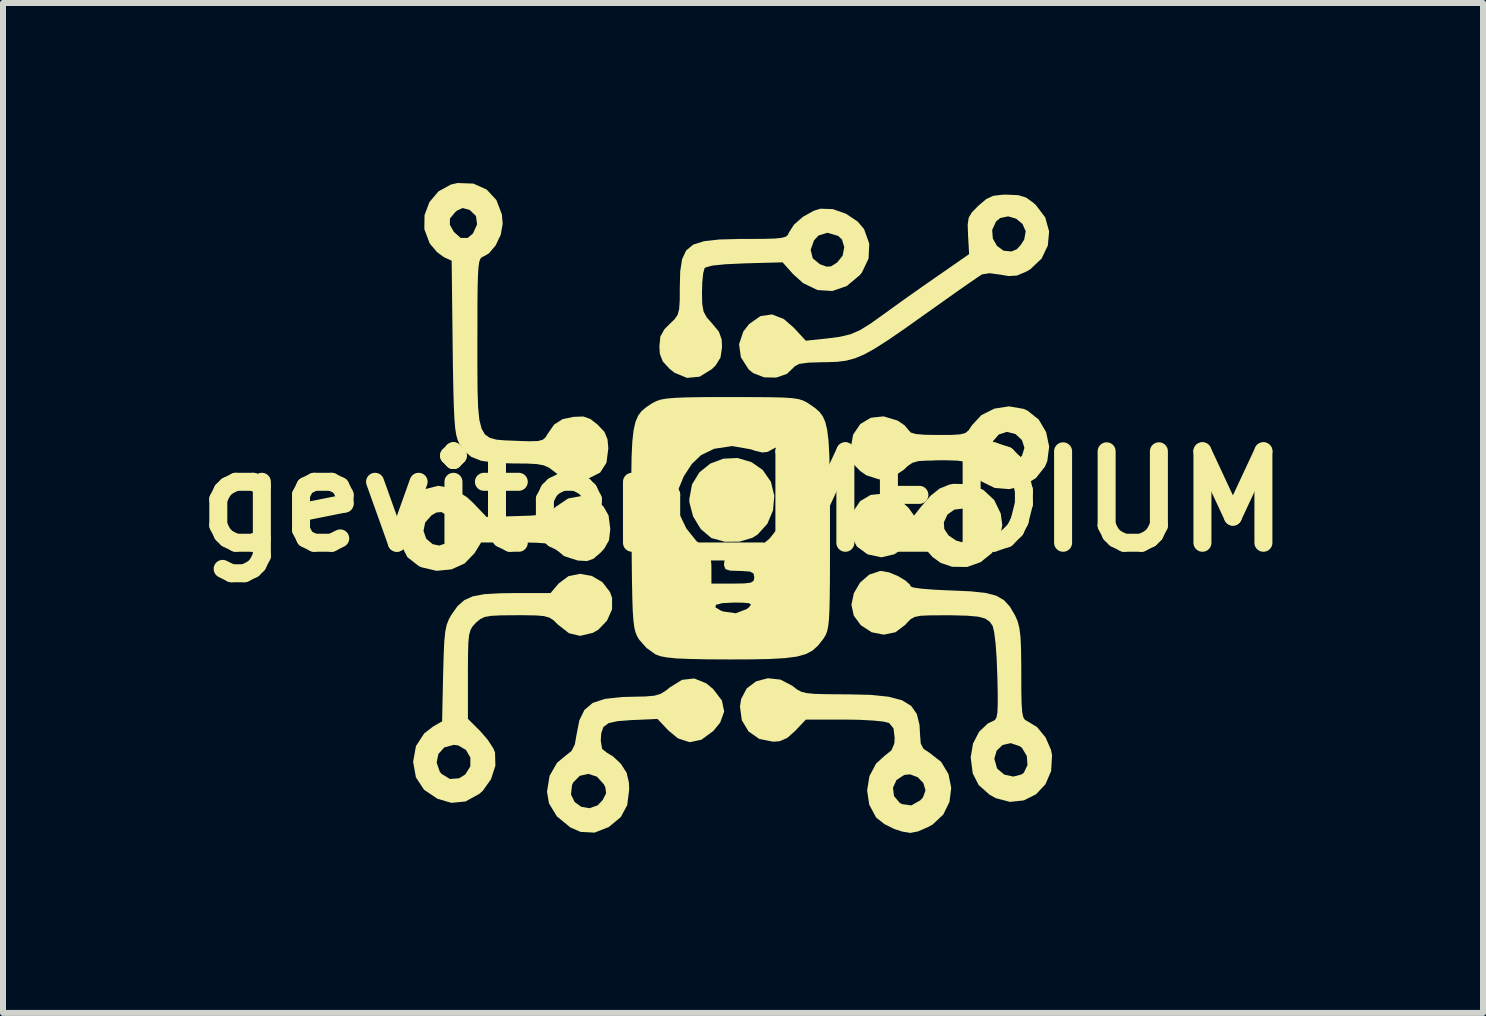
<source format=kicad_pcb>
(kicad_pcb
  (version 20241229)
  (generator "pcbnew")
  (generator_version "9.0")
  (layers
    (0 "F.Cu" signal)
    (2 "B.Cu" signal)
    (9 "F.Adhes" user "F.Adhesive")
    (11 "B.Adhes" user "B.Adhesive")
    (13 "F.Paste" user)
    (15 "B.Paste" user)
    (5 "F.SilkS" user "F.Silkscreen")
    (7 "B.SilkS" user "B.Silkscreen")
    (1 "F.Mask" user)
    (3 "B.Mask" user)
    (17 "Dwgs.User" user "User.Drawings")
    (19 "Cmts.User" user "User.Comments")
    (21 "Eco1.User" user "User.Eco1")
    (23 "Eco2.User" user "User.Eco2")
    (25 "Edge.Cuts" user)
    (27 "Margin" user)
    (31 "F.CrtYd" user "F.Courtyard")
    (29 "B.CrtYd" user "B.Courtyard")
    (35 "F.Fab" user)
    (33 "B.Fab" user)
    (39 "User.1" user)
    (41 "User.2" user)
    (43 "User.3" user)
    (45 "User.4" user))
  (footprint "geviton_MEDIUM"
    (layer "F.Cu")
    (at 9.333 5.306)
    (property "Reference" "geviton_MEDIUM" (at 0 0 0) (layer "F.SilkS") (effects (font (size 1.524 1.524) (thickness 0.3))))
    (attr board_only exclude_from_pos_files exclude_from_bom)
    (fp_poly (pts (xy 0.142 -0.654) (xy 0.328 -0.524) (xy 0.465 -0.326) (xy 0.521 -0.093) (xy 0.5 0.149) (xy 0.406 0.372) (xy 0.244 0.552) (xy 0.156 0.607) (xy -0.06 0.671) (xy -0.302 0.673) (xy -0.519 0.613) (xy -0.535 0.605) (xy -0.705 0.46) (xy -0.832 0.251) (xy -0.893 0.02) (xy -0.896 -0.034) (xy -0.85 -0.283) (xy -0.727 -0.484) (xy -0.546 -0.63) (xy -0.328 -0.712) (xy -0.091 -0.723)) (stroke (width 0) (type solid)) (fill yes) (layer "F.SilkS"))
    (fp_poly (pts (xy 3.775 -0.286) (xy 4.006 -0.191) (xy 4.186 -0.023) (xy 4.295 0.203) (xy 4.321 0.395) (xy 4.274 0.652) (xy 4.148 0.861) (xy 3.961 1.012) (xy 3.734 1.093) (xy 3.485 1.09) (xy 3.294 1.025) (xy 3.161 0.929) (xy 3.035 0.789) (xy 3.013 0.758) (xy 2.89 0.568) (xy 2.731 0.731) (xy 2.526 0.88) (xy 2.306 0.932) (xy 2.086 0.885) (xy 2.063 0.874) (xy 1.897 0.752) (xy 1.812 0.587) (xy 1.792 0.397) (xy 1.801 0.349) (xy 3.347 0.349) (xy 3.354 0.46) (xy 3.424 0.566) (xy 3.55 0.652) (xy 3.649 0.681) (xy 3.712 0.651) (xy 3.794 0.58) (xy 3.887 0.434) (xy 3.876 0.29) (xy 3.796 0.186) (xy 3.66 0.12) (xy 3.521 0.137) (xy 3.407 0.219) (xy 3.347 0.349) (xy 1.801 0.349) (xy 1.835 0.168) (xy 1.953 -0.005) (xy 2.127 -0.108) (xy 2.336 -0.129) (xy 2.492 -0.087) (xy 2.64 -0.001) (xy 2.756 0.105) (xy 2.762 0.113) (xy 2.851 0.237) (xy 2.953 0.105) (xy 3.124 -0.093) (xy 3.277 -0.215) (xy 3.438 -0.28) (xy 3.509 -0.293)) (stroke (width 0) (type solid)) (fill yes) (layer "F.SilkS"))
    (fp_poly (pts (xy -4.84 -0.217) (xy -4.6 -0.07) (xy -4.495 0.028) (xy -4.274 0.259) (xy -3.771 0.245) (xy -3.533 0.237) (xy -3.374 0.222) (xy -3.267 0.195) (xy -3.188 0.149) (xy -3.121 0.09) (xy -2.914 -0.049) (xy -2.695 -0.089) (xy -2.486 -0.031) (xy -2.327 0.083) (xy -2.241 0.234) (xy -2.213 0.453) (xy -2.213 0.475) (xy -2.234 0.649) (xy -2.312 0.787) (xy -2.374 0.854) (xy -2.492 0.956) (xy -2.599 0.994) (xy -2.75 0.986) (xy -2.756 0.985) (xy -2.982 0.912) (xy -3.093 0.82) (xy -3.15 0.761) (xy -3.212 0.722) (xy -3.301 0.699) (xy -3.441 0.689) (xy -3.654 0.685) (xy -3.787 0.685) (xy -4.365 0.685) (xy -4.476 0.865) (xy -4.639 1.034) (xy -4.858 1.133) (xy -5.107 1.157) (xy -5.359 1.098) (xy -5.404 1.078) (xy -5.594 0.929) (xy -5.707 0.708) (xy -5.735 0.491) (xy -5.325 0.491) (xy -5.28 0.622) (xy -5.172 0.713) (xy -5.063 0.736) (xy -4.968 0.704) (xy -4.892 0.651) (xy -4.806 0.514) (xy -4.814 0.367) (xy -4.914 0.241) (xy -4.927 0.232) (xy -5.03 0.177) (xy -5.111 0.186) (xy -5.191 0.232) (xy -5.297 0.351) (xy -5.325 0.491) (xy -5.735 0.491) (xy -5.744 0.42) (xy -5.736 0.245) (xy -5.697 0.128) (xy -5.609 0.019) (xy -5.558 -0.031) (xy -5.322 -0.198) (xy -5.082 -0.26)) (stroke (width 0) (type solid)) (fill yes) (layer "F.SilkS"))
    (fp_poly (pts (xy 4.675 -1.542) (xy 4.741 -1.513) (xy 4.928 -1.364) (xy 5.051 -1.155) (xy 5.102 -0.914) (xy 5.071 -0.673) (xy 5.033 -0.581) (xy 4.881 -0.388) (xy 4.672 -0.261) (xy 4.434 -0.204) (xy 4.195 -0.224) (xy 3.981 -0.328) (xy 3.959 -0.345) (xy 3.847 -0.458) (xy 3.774 -0.566) (xy 3.767 -0.582) (xy 3.74 -0.633) (xy 3.684 -0.663) (xy 3.576 -0.679) (xy 3.394 -0.685) (xy 3.286 -0.685) (xy 3.065 -0.683) (xy 2.92 -0.671) (xy 2.823 -0.643) (xy 2.745 -0.59) (xy 2.679 -0.527) (xy 2.484 -0.397) (xy 2.27 -0.366) (xy 2.055 -0.435) (xy 1.954 -0.505) (xy 1.847 -0.614) (xy 1.801 -0.732) (xy 1.792 -0.872) (xy 4.14 -0.872) (xy 4.163 -0.791) (xy 4.279 -0.661) (xy 4.423 -0.624) (xy 4.569 -0.681) (xy 4.65 -0.764) (xy 4.69 -0.893) (xy 4.648 -1.022) (xy 4.543 -1.121) (xy 4.398 -1.159) (xy 4.263 -1.115) (xy 4.169 -1.008) (xy 4.14 -0.872) (xy 1.792 -0.872) (xy 1.792 -0.878) (xy 1.835 -1.113) (xy 1.954 -1.289) (xy 2.129 -1.394) (xy 2.342 -1.417) (xy 2.573 -1.348) (xy 2.578 -1.346) (xy 2.693 -1.267) (xy 2.759 -1.188) (xy 2.796 -1.147) (xy 2.883 -1.122) (xy 3.038 -1.11) (xy 3.254 -1.107) (xy 3.477 -1.108) (xy 3.619 -1.117) (xy 3.705 -1.14) (xy 3.759 -1.184) (xy 3.807 -1.257) (xy 3.812 -1.265) (xy 3.971 -1.437) (xy 4.188 -1.546) (xy 4.433 -1.584)) (stroke (width 0) (type solid)) (fill yes) (layer "F.SilkS"))
    (fp_poly (pts (xy -0.611 3.033) (xy -0.495 3.13) (xy -0.352 3.319) (xy -0.314 3.502) (xy -0.38 3.685) (xy -0.495 3.826) (xy -0.694 3.972) (xy -0.89 4.013) (xy -1.086 3.949) (xy -1.247 3.815) (xy -1.426 3.625) (xy -1.848 3.644) (xy -2.088 3.662) (xy -2.241 3.696) (xy -2.326 3.759) (xy -2.363 3.863) (xy -2.371 3.988) (xy -2.348 4.125) (xy -2.269 4.188) (xy -2.268 4.189) (xy -2.168 4.249) (xy -2.052 4.357) (xy -2.031 4.381) (xy -1.94 4.522) (xy -1.902 4.685) (xy -1.897 4.801) (xy -1.93 5.062) (xy -2.038 5.262) (xy -2.234 5.424) (xy -2.238 5.427) (xy -2.474 5.52) (xy -2.708 5.508) (xy -2.877 5.434) (xy -3.103 5.249) (xy -3.234 5.032) (xy -3.259 4.885) (xy -2.867 4.885) (xy -2.806 5.01) (xy -2.695 5.09) (xy -2.558 5.113) (xy -2.422 5.065) (xy -2.339 4.977) (xy -2.282 4.865) (xy -2.294 4.767) (xy -2.319 4.715) (xy -2.434 4.588) (xy -2.577 4.541) (xy -2.72 4.573) (xy -2.83 4.684) (xy -2.85 4.728) (xy -2.867 4.885) (xy -3.259 4.885) (xy -3.267 4.838) (xy -3.224 4.573) (xy -3.1 4.357) (xy -2.958 4.238) (xy -2.858 4.159) (xy -2.803 4.049) (xy -2.776 3.894) (xy -2.728 3.65) (xy -2.644 3.476) (xy -2.506 3.359) (xy -2.302 3.291) (xy -2.017 3.26) (xy -1.853 3.256) (xy -1.627 3.251) (xy -1.477 3.238) (xy -1.373 3.207) (xy -1.285 3.153) (xy -1.223 3.102) (xy -1.017 2.974) (xy -0.812 2.951)) (stroke (width 0) (type solid)) (fill yes) (layer "F.SilkS"))
    (fp_poly (pts (xy 0.624 2.97) (xy 0.82 3.072) (xy 0.834 3.083) (xy 0.901 3.135) (xy 0.97 3.172) (xy 1.061 3.195) (xy 1.194 3.208) (xy 1.389 3.213) (xy 1.665 3.215) (xy 1.72 3.215) (xy 2.119 3.224) (xy 2.425 3.255) (xy 2.649 3.314) (xy 2.802 3.408) (xy 2.896 3.542) (xy 2.941 3.723) (xy 2.95 3.885) (xy 2.962 4.036) (xy 3.008 4.124) (xy 3.104 4.187) (xy 3.302 4.341) (xy 3.424 4.545) (xy 3.47 4.775) (xy 3.441 5.007) (xy 3.337 5.219) (xy 3.158 5.387) (xy 3.088 5.425) (xy 2.917 5.5) (xy 2.788 5.525) (xy 2.65 5.502) (xy 2.517 5.458) (xy 2.358 5.379) (xy 2.228 5.277) (xy 2.215 5.263) (xy 2.103 5.054) (xy 2.068 4.816) (xy 2.075 4.772) (xy 2.499 4.772) (xy 2.516 4.91) (xy 2.609 5.022) (xy 2.649 5.045) (xy 2.806 5.066) (xy 2.954 4.982) (xy 2.999 4.933) (xy 3.041 4.815) (xy 3.005 4.694) (xy 2.911 4.597) (xy 2.783 4.549) (xy 2.686 4.559) (xy 2.557 4.644) (xy 2.499 4.772) (xy 2.075 4.772) (xy 2.107 4.578) (xy 2.217 4.37) (xy 2.356 4.243) (xy 2.474 4.148) (xy 2.521 4.035) (xy 2.527 3.941) (xy 2.508 3.783) (xy 2.437 3.696) (xy 2.428 3.691) (xy 2.337 3.669) (xy 2.165 3.652) (xy 1.938 3.64) (xy 1.686 3.636) (xy 1.047 3.636) (xy 0.873 3.821) (xy 0.736 3.943) (xy 0.608 3.997) (xy 0.503 4.005) (xy 0.271 3.959) (xy 0.092 3.834) (xy -0.02 3.648) (xy -0.051 3.42) (xy -0.032 3.295) (xy 0.061 3.117) (xy 0.219 2.998) (xy 0.415 2.947)) (stroke (width 0) (type solid)) (fill yes) (layer "F.SilkS"))
    (fp_poly (pts (xy 1.497 -4.871) (xy 1.717 -4.793) (xy 1.91 -4.664) (xy 2.017 -4.538) (xy 2.104 -4.295) (xy 2.092 -4.047) (xy 1.983 -3.817) (xy 1.945 -3.77) (xy 1.727 -3.588) (xy 1.487 -3.506) (xy 1.241 -3.522) (xy 1.001 -3.638) (xy 0.837 -3.785) (xy 0.659 -3.984) (xy 0.029 -3.967) (xy -0.293 -3.952) (xy -0.51 -3.93) (xy -0.625 -3.899) (xy -0.642 -3.885) (xy -0.664 -3.801) (xy -0.679 -3.648) (xy -0.684 -3.481) (xy -0.68 -3.288) (xy -0.657 -3.162) (xy -0.603 -3.064) (xy -0.515 -2.965) (xy -0.402 -2.828) (xy -0.355 -2.696) (xy -0.35 -2.57) (xy -0.375 -2.398) (xy -0.456 -2.267) (xy -0.521 -2.203) (xy -0.724 -2.078) (xy -0.933 -2.058) (xy -1.14 -2.143) (xy -1.223 -2.208) (xy -1.338 -2.332) (xy -1.387 -2.461) (xy -1.394 -2.582) (xy -1.378 -2.747) (xy -1.311 -2.868) (xy -1.224 -2.956) (xy -1.142 -3.034) (xy -1.091 -3.107) (xy -1.065 -3.202) (xy -1.055 -3.348) (xy -1.054 -3.56) (xy -1.047 -3.832) (xy -1.016 -4.036) (xy -0.948 -4.182) (xy -0.935 -4.192) (xy 1.127 -4.192) (xy 1.162 -4.051) (xy 1.279 -3.954) (xy 1.283 -3.952) (xy 1.394 -3.912) (xy 1.466 -3.917) (xy 1.556 -3.973) (xy 1.569 -3.982) (xy 1.66 -4.095) (xy 1.687 -4.236) (xy 1.649 -4.365) (xy 1.584 -4.425) (xy 1.406 -4.477) (xy 1.258 -4.431) (xy 1.183 -4.35) (xy 1.127 -4.192) (xy -0.935 -4.192) (xy -0.831 -4.279) (xy -0.651 -4.336) (xy -0.395 -4.365) (xy -0.051 -4.374) (xy 0.047 -4.374) (xy 0.327 -4.375) (xy 0.521 -4.38) (xy 0.643 -4.392) (xy 0.714 -4.412) (xy 0.749 -4.444) (xy 0.763 -4.477) (xy 0.849 -4.612) (xy 1 -4.744) (xy 1.18 -4.844) (xy 1.291 -4.878)) (stroke (width 0) (type solid)) (fill yes) (layer "F.SilkS"))
    (fp_poly (pts (xy -2.52 1.242) (xy -2.345 1.345) (xy -2.218 1.509) (xy -2.182 1.608) (xy -2.183 1.8) (xy -2.267 1.988) (xy -2.412 2.139) (xy -2.504 2.191) (xy -2.715 2.241) (xy -2.901 2.197) (xy -3.084 2.054) (xy -3.087 2.051) (xy -3.157 1.982) (xy -3.226 1.937) (xy -3.316 1.912) (xy -3.453 1.9) (xy -3.66 1.897) (xy -3.78 1.897) (xy -4.029 1.899) (xy -4.196 1.907) (xy -4.305 1.926) (xy -4.38 1.962) (xy -4.446 2.017) (xy -4.455 2.026) (xy -4.507 2.083) (xy -4.542 2.143) (xy -4.565 2.227) (xy -4.578 2.355) (xy -4.583 2.545) (xy -4.585 2.817) (xy -4.585 2.89) (xy -4.585 3.624) (xy -4.377 3.831) (xy -4.253 3.975) (xy -4.161 4.117) (xy -4.133 4.185) (xy -4.127 4.404) (xy -4.2 4.63) (xy -4.338 4.824) (xy -4.396 4.875) (xy -4.626 5.001) (xy -4.86 5.024) (xy -5.093 4.956) (xy -5.316 4.806) (xy -5.452 4.598) (xy -5.496 4.353) (xy -5.106 4.353) (xy -5.054 4.504) (xy -5.024 4.541) (xy -4.886 4.626) (xy -4.732 4.615) (xy -4.628 4.55) (xy -4.545 4.416) (xy -4.544 4.27) (xy -4.616 4.143) (xy -4.746 4.067) (xy -4.822 4.058) (xy -4.978 4.1) (xy -5.077 4.209) (xy -5.106 4.353) (xy -5.496 4.353) (xy -5.498 4.34) (xy -5.451 4.078) (xy -5.313 3.866) (xy -5.164 3.751) (xy -5.015 3.666) (xy -4.998 2.874) (xy -4.989 2.563) (xy -4.979 2.337) (xy -4.963 2.176) (xy -4.94 2.061) (xy -4.905 1.97) (xy -4.857 1.884) (xy -4.856 1.883) (xy -4.757 1.744) (xy -4.645 1.646) (xy -4.503 1.582) (xy -4.309 1.546) (xy -4.043 1.531) (xy -3.82 1.528) (xy -3.208 1.528) (xy -3.075 1.37) (xy -2.911 1.247) (xy -2.718 1.207)) (stroke (width 0) (type solid)) (fill yes) (layer "F.SilkS"))
    (fp_poly (pts (xy 4.588 -5.103) (xy 4.716 -5.064) (xy 4.837 -4.978) (xy 4.88 -4.939) (xy 5.036 -4.733) (xy 5.101 -4.501) (xy 5.08 -4.265) (xy 4.976 -4.047) (xy 4.791 -3.871) (xy 4.72 -3.829) (xy 4.566 -3.764) (xy 4.426 -3.755) (xy 4.295 -3.778) (xy 4.107 -3.803) (xy 3.982 -3.783) (xy 3.98 -3.781) (xy 3.911 -3.736) (xy 3.772 -3.641) (xy 3.576 -3.504) (xy 3.339 -3.336) (xy 3.074 -3.148) (xy 3.04 -3.124) (xy 2.695 -2.879) (xy 2.42 -2.69) (xy 2.2 -2.549) (xy 2.02 -2.449) (xy 1.864 -2.384) (xy 1.718 -2.345) (xy 1.567 -2.326) (xy 1.395 -2.32) (xy 1.333 -2.32) (xy 1.088 -2.312) (xy 0.935 -2.291) (xy 0.863 -2.253) (xy 0.859 -2.247) (xy 0.731 -2.124) (xy 0.55 -2.063) (xy 0.352 -2.067) (xy 0.169 -2.138) (xy 0.093 -2.2) (xy -0.036 -2.403) (xy -0.066 -2.619) (xy 0.004 -2.83) (xy 0.101 -2.955) (xy 0.29 -3.088) (xy 0.483 -3.116) (xy 0.68 -3.039) (xy 0.847 -2.894) (xy 1.046 -2.678) (xy 1.406 -2.716) (xy 1.619 -2.744) (xy 1.789 -2.785) (xy 1.946 -2.852) (xy 2.121 -2.96) (xy 2.346 -3.121) (xy 2.347 -3.121) (xy 2.519 -3.246) (xy 2.747 -3.409) (xy 2.998 -3.586) (xy 3.215 -3.737) (xy 3.768 -4.121) (xy 3.75 -4.434) (xy 3.747 -4.524) (xy 4.152 -4.524) (xy 4.163 -4.381) (xy 4.232 -4.258) (xy 4.342 -4.178) (xy 4.474 -4.165) (xy 4.564 -4.203) (xy 4.631 -4.277) (xy 4.686 -4.364) (xy 4.711 -4.502) (xy 4.658 -4.623) (xy 4.552 -4.711) (xy 4.419 -4.75) (xy 4.287 -4.723) (xy 4.216 -4.664) (xy 4.152 -4.524) (xy 3.747 -4.524) (xy 3.744 -4.613) (xy 3.761 -4.728) (xy 3.815 -4.819) (xy 3.921 -4.926) (xy 3.925 -4.93) (xy 4.054 -5.039) (xy 4.171 -5.093) (xy 4.324 -5.111) (xy 4.405 -5.112)) (stroke (width 0) (type solid)) (fill yes) (layer "F.SilkS"))
    (fp_poly (pts (xy -4.493 -5.296) (xy -4.272 -5.197) (xy -4.11 -5.022) (xy -4.019 -4.783) (xy -4.005 -4.626) (xy -4.038 -4.444) (xy -4.122 -4.267) (xy -4.236 -4.133) (xy -4.318 -4.085) (xy -4.35 -4.072) (xy -4.376 -4.046) (xy -4.395 -3.996) (xy -4.408 -3.91) (xy -4.417 -3.776) (xy -4.423 -3.581) (xy -4.426 -3.313) (xy -4.426 -2.96) (xy -4.427 -2.663) (xy -4.427 -2.207) (xy -4.424 -1.844) (xy -4.415 -1.565) (xy -4.394 -1.358) (xy -4.357 -1.212) (xy -4.301 -1.116) (xy -4.22 -1.059) (xy -4.11 -1.029) (xy -3.967 -1.017) (xy -3.787 -1.01) (xy -3.777 -1.009) (xy -3.558 -1.002) (xy -3.421 -1.006) (xy -3.34 -1.026) (xy -3.292 -1.066) (xy -3.264 -1.114) (xy -3.149 -1.28) (xy -3.006 -1.371) (xy -2.824 -1.409) (xy -2.663 -1.415) (xy -2.545 -1.374) (xy -2.424 -1.28) (xy -2.309 -1.158) (xy -2.258 -1.033) (xy -2.245 -0.883) (xy -2.276 -0.644) (xy -2.381 -0.48) (xy -2.562 -0.389) (xy -2.745 -0.369) (xy -2.946 -0.389) (xy -3.099 -0.46) (xy -3.152 -0.501) (xy -3.234 -0.562) (xy -3.321 -0.601) (xy -3.437 -0.622) (xy -3.611 -0.631) (xy -3.818 -0.632) (xy -4.133 -0.642) (xy -4.365 -0.677) (xy -4.531 -0.743) (xy -4.652 -0.847) (xy -4.729 -0.963) (xy -4.757 -1.025) (xy -4.779 -1.106) (xy -4.797 -1.219) (xy -4.81 -1.376) (xy -4.82 -1.59) (xy -4.828 -1.875) (xy -4.835 -2.242) (xy -4.839 -2.572) (xy -4.856 -4.011) (xy -4.985 -4.07) (xy -5.098 -4.153) (xy -5.209 -4.283) (xy -5.225 -4.307) (xy -5.311 -4.536) (xy -5.31 -4.61) (xy -4.886 -4.61) (xy -4.819 -4.491) (xy -4.706 -4.391) (xy -4.588 -4.391) (xy -4.5 -4.466) (xy -4.432 -4.618) (xy -4.451 -4.757) (xy -4.553 -4.855) (xy -4.558 -4.858) (xy -4.674 -4.889) (xy -4.769 -4.844) (xy -4.795 -4.822) (xy -4.884 -4.715) (xy -4.886 -4.61) (xy -5.31 -4.61) (xy -5.308 -4.771) (xy -5.226 -4.989) (xy -5.075 -5.167) (xy -4.868 -5.281) (xy -4.758 -5.306)) (stroke (width 0) (type solid)) (fill yes) (layer "F.SilkS"))
    (fp_poly (pts (xy 2.433 1.183) (xy 2.577 1.242) (xy 2.705 1.318) (xy 2.784 1.39) (xy 2.793 1.417) (xy 2.842 1.436) (xy 2.977 1.455) (xy 3.178 1.471) (xy 3.425 1.483) (xy 3.465 1.484) (xy 3.797 1.499) (xy 4.042 1.525) (xy 4.22 1.572) (xy 4.348 1.645) (xy 4.447 1.753) (xy 4.535 1.903) (xy 4.535 1.903) (xy 4.577 1.999) (xy 4.605 2.109) (xy 4.624 2.254) (xy 4.633 2.455) (xy 4.637 2.733) (xy 4.637 2.866) (xy 4.638 3.166) (xy 4.643 3.377) (xy 4.653 3.516) (xy 4.671 3.598) (xy 4.698 3.641) (xy 4.733 3.66) (xy 4.899 3.76) (xy 5.041 3.932) (xy 5.132 4.139) (xy 5.15 4.229) (xy 5.135 4.493) (xy 5.04 4.714) (xy 4.883 4.881) (xy 4.68 4.983) (xy 4.45 5.008) (xy 4.212 4.946) (xy 4.106 4.886) (xy 3.927 4.727) (xy 3.828 4.533) (xy 3.797 4.288) (xy 4.188 4.288) (xy 4.231 4.441) (xy 4.242 4.46) (xy 4.356 4.554) (xy 4.506 4.586) (xy 4.645 4.549) (xy 4.68 4.521) (xy 4.741 4.394) (xy 4.729 4.243) (xy 4.651 4.111) (xy 4.614 4.081) (xy 4.46 4.029) (xy 4.324 4.06) (xy 4.227 4.154) (xy 4.188 4.288) (xy 3.797 4.288) (xy 3.795 4.276) (xy 3.795 4.259) (xy 3.833 4.035) (xy 3.935 3.838) (xy 4.082 3.699) (xy 4.159 3.664) (xy 4.198 3.643) (xy 4.224 3.601) (xy 4.239 3.518) (xy 4.245 3.379) (xy 4.244 3.167) (xy 4.238 2.911) (xy 4.227 2.62) (xy 4.209 2.371) (xy 4.186 2.183) (xy 4.161 2.078) (xy 4.159 2.073) (xy 4.108 2.002) (xy 4.033 1.952) (xy 3.916 1.921) (xy 3.738 1.905) (xy 3.48 1.898) (xy 3.356 1.898) (xy 3.118 1.899) (xy 2.961 1.906) (xy 2.86 1.926) (xy 2.792 1.964) (xy 2.73 2.027) (xy 2.706 2.055) (xy 2.54 2.181) (xy 2.344 2.221) (xy 2.143 2.181) (xy 1.964 2.064) (xy 1.846 1.905) (xy 1.806 1.723) (xy 1.847 1.529) (xy 1.951 1.353) (xy 2.102 1.221) (xy 2.282 1.161) (xy 2.31 1.16)) (stroke (width 0) (type solid)) (fill yes) (layer "F.SilkS"))
    (fp_poly (pts (xy 0.17 -1.738) (xy 0.456 -1.736) (xy 0.666 -1.731) (xy 0.817 -1.721) (xy 0.924 -1.705) (xy 1.001 -1.681) (xy 1.065 -1.649) (xy 1.112 -1.618) (xy 1.201 -1.556) (xy 1.273 -1.493) (xy 1.329 -1.419) (xy 1.372 -1.321) (xy 1.403 -1.189) (xy 1.425 -1.01) (xy 1.438 -0.774) (xy 1.445 -0.468) (xy 1.449 -0.082) (xy 1.449 0.397) (xy 1.449 0.474) (xy 1.449 0.936) (xy 1.448 1.305) (xy 1.445 1.592) (xy 1.44 1.81) (xy 1.432 1.97) (xy 1.419 2.084) (xy 1.402 2.164) (xy 1.379 2.223) (xy 1.351 2.272) (xy 1.332 2.299) (xy 1.249 2.404) (xy 1.159 2.485) (xy 1.047 2.545) (xy 0.9 2.586) (xy 0.701 2.612) (xy 0.438 2.627) (xy 0.094 2.633) (xy -0.219 2.634) (xy -0.601 2.632) (xy -0.894 2.626) (xy -1.11 2.617) (xy -1.267 2.601) (xy -1.378 2.58) (xy -1.458 2.55) (xy -1.462 2.548) (xy -1.608 2.443) (xy -1.733 2.302) (xy -1.74 2.29) (xy -1.77 2.237) (xy -1.794 2.175) (xy -1.813 2.094) (xy -1.827 1.981) (xy -1.838 1.824) (xy -1.84 1.766) (xy -0.46 1.766) (xy -0.369 1.82) (xy -0.329 1.835) (xy -0.121 1.864) (xy 0.061 1.795) (xy 0.104 1.76) (xy 0.132 1.72) (xy 0.101 1.697) (xy -0.006 1.688) (xy -0.147 1.686) (xy -0.346 1.696) (xy -0.452 1.724) (xy -0.46 1.766) (xy -1.84 1.766) (xy -1.845 1.611) (xy -1.851 1.33) (xy -1.855 0.969) (xy -1.859 0.515) (xy -1.859 0.466) (xy -1.862 -0.028) (xy -1.105 -0.028) (xy -1.061 0.209) (xy -0.944 0.452) (xy -0.779 0.658) (xy -0.717 0.711) (xy -0.6 0.811) (xy -0.545 0.907) (xy -0.528 1.046) (xy -0.527 1.113) (xy -0.527 1.37) (xy -0.169 1.37) (xy 0.021 1.367) (xy 0.129 1.354) (xy 0.177 1.323) (xy 0.188 1.268) (xy 0.188 1.265) (xy 0.174 1.2) (xy 0.113 1.169) (xy -0.021 1.16) (xy -0.064 1.159) (xy -0.216 1.154) (xy -0.291 1.13) (xy -0.315 1.074) (xy -0.316 1.034) (xy -0.304 0.958) (xy -0.249 0.914) (xy -0.125 0.885) (xy -0.052 0.874) (xy 0.129 0.836) (xy 0.277 0.76) (xy 0.438 0.623) (xy 0.444 0.617) (xy 0.636 0.374) (xy 0.726 0.106) (xy 0.717 -0.19) (xy 0.663 -0.386) (xy 0.612 -0.54) (xy 0.599 -0.631) (xy 0.624 -0.695) (xy 0.664 -0.744) (xy 0.723 -0.849) (xy 0.7 -0.914) (xy 0.614 -0.925) (xy 0.502 -0.876) (xy 0.41 -0.825) (xy 0.322 -0.815) (xy 0.197 -0.845) (xy 0.128 -0.868) (xy -0.18 -0.922) (xy -0.48 -0.877) (xy -0.701 -0.77) (xy -0.853 -0.624) (xy -0.987 -0.419) (xy -1.078 -0.198) (xy -1.105 -0.028) (xy -1.862 -0.028) (xy -1.862 -0.03) (xy -1.862 -0.431) (xy -1.857 -0.75) (xy -1.845 -0.998) (xy -1.824 -1.186) (xy -1.792 -1.326) (xy -1.748 -1.429) (xy -1.69 -1.506) (xy -1.615 -1.569) (xy -1.523 -1.63) (xy -1.512 -1.636) (xy -1.448 -1.67) (xy -1.373 -1.696) (xy -1.272 -1.714) (xy -1.129 -1.726) (xy -0.93 -1.734) (xy -0.66 -1.738) (xy -0.302 -1.739) (xy -0.205 -1.739)) (stroke (width 0) (type solid)) (fill yes) (layer "F.SilkS")))
  (gr_rect
    (start -3 -3)
    (end 21.665 13.831)
    (stroke (width 0.1) (type default))
    (fill no)
    (layer "Edge.Cuts")))
</source>
